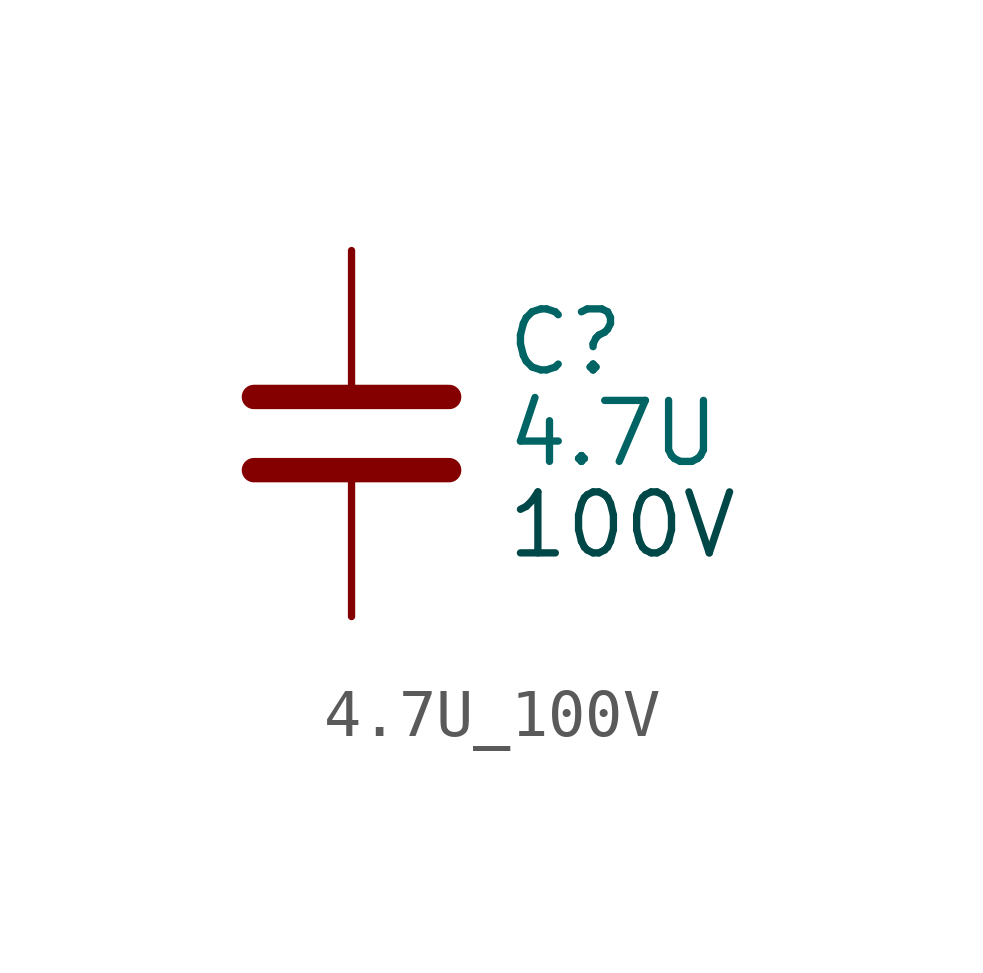
<source format=kicad_sym>
(kicad_symbol_lib
  (version 20220914)
  (generator kicad_symbol_editor)
  (symbol "4.7U_100V"
    (property "Reference" "C"
      (at 3.175 1.905 0)
      (effects (font (size 1.27 1.27)) (justify left)))
    (property "Value" "4.7U"
      (at 3.175 0 0)
      (effects (font (size 1.27 1.27)) (justify left)))
    (property "Voltage Rating" "100V"
      (at 3.175 -1.905 0)
      (effects (font (size 1.27 1.27) (color 0 72 72 1)) (justify left)))
    (symbol "4.7U_100V_0_1"
      (polyline (pts (xy -2.032 -0.762) (xy 2.032 -0.762)) (stroke (width 0.508) (type default)) (fill (type none)))
      (polyline (pts (xy -2.032 0.762) (xy 2.032 0.762)) (stroke (width 0.508) (type default)) (fill (type none))))
    (symbol "4.7U_100V_1_1"
      (pin passive line (at 0 3.81 270) (length 2.794) (name "~" (effects (font (size 1.27 1.27)))) (number "1" (effects (font (size 0 0)))))
      (pin passive line (at 0 -3.81 90) (length 2.794) (name "~" (effects (font (size 1.27 1.27)))) (number "2" (effects (font (size 0 0))))))))
</source>
